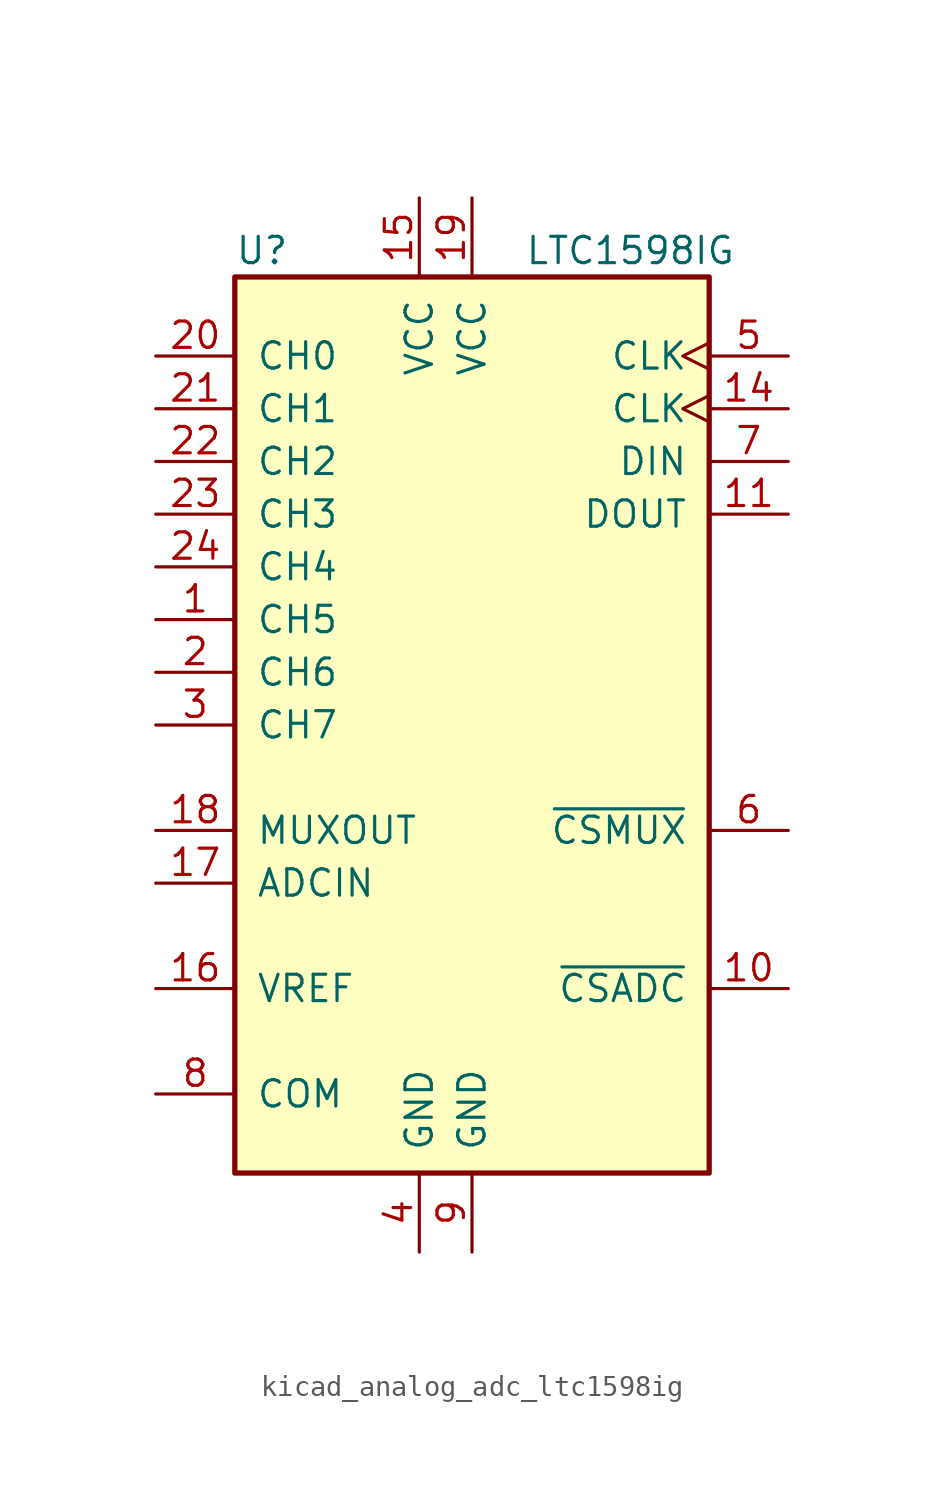
<source format=kicad_sym>
(kicad_symbol_lib
  (version 20220914)
  (generator kicad_symbol_editor)
  (symbol "kicad_analog_adc_ltc1598ig"
    (pin_names
      (offset 1.016))
    (property "Reference" "U"
      (at -11.43 22.86 0)
      (effects (font (size 1.27 1.27)) (justify left)))
    (property "Value" "LTC1598IG"
      (at 2.54 22.86 0)
      (effects (font (size 1.27 1.27)) (justify left)))
    (symbol "kicad_analog_adc_ltc1598ig_0_1"
      (rectangle (start -11.43 21.59) (end 11.43 -21.59) (stroke (width 0.254) (type default)) (fill (type background))))
    (symbol "kicad_analog_adc_ltc1598ig_1_1"
      (pin input line (at -15.24 5.08 0) (length 3.81) (name "CH5" (effects (font (size 1.27 1.27)))) (number "1" (effects (font (size 1.27 1.27)))))
      (pin input line (at 15.24 -12.7 180) (length 3.81) (name "~{CSADC}" (effects (font (size 1.27 1.27)))) (number "10" (effects (font (size 1.27 1.27)))))
      (pin output line (at 15.24 10.16 180) (length 3.81) (name "DOUT" (effects (font (size 1.27 1.27)))) (number "11" (effects (font (size 1.27 1.27)))))
      (pin no_connect line (at 2.54 -21.59 90) (length 3.81) hide (name "NC" (effects (font (size 1.27 1.27)))) (number "12" (effects (font (size 1.27 1.27)))))
      (pin no_connect line (at 5.08 -21.59 90) (length 3.81) hide (name "NC" (effects (font (size 1.27 1.27)))) (number "13" (effects (font (size 1.27 1.27)))))
      (pin input clock (at 15.24 15.24 180) (length 3.81) (name "CLK" (effects (font (size 1.27 1.27)))) (number "14" (effects (font (size 1.27 1.27)))))
      (pin power_in line (at -2.54 25.4 270) (length 3.81) (name "VCC" (effects (font (size 1.27 1.27)))) (number "15" (effects (font (size 1.27 1.27)))))
      (pin input line (at -15.24 -12.7 0) (length 3.81) (name "VREF" (effects (font (size 1.27 1.27)))) (number "16" (effects (font (size 1.27 1.27)))))
      (pin input line (at -15.24 -7.62 0) (length 3.81) (name "ADCIN" (effects (font (size 1.27 1.27)))) (number "17" (effects (font (size 1.27 1.27)))))
      (pin output line (at -15.24 -5.08 0) (length 3.81) (name "MUXOUT" (effects (font (size 1.27 1.27)))) (number "18" (effects (font (size 1.27 1.27)))))
      (pin power_in line (at 0 25.4 270) (length 3.81) (name "VCC" (effects (font (size 1.27 1.27)))) (number "19" (effects (font (size 1.27 1.27)))))
      (pin input line (at -15.24 2.54 0) (length 3.81) (name "CH6" (effects (font (size 1.27 1.27)))) (number "2" (effects (font (size 1.27 1.27)))))
      (pin input line (at -15.24 17.78 0) (length 3.81) (name "CH0" (effects (font (size 1.27 1.27)))) (number "20" (effects (font (size 1.27 1.27)))))
      (pin input line (at -15.24 15.24 0) (length 3.81) (name "CH1" (effects (font (size 1.27 1.27)))) (number "21" (effects (font (size 1.27 1.27)))))
      (pin input line (at -15.24 12.7 0) (length 3.81) (name "CH2" (effects (font (size 1.27 1.27)))) (number "22" (effects (font (size 1.27 1.27)))))
      (pin input line (at -15.24 10.16 0) (length 3.81) (name "CH3" (effects (font (size 1.27 1.27)))) (number "23" (effects (font (size 1.27 1.27)))))
      (pin input line (at -15.24 7.62 0) (length 3.81) (name "CH4" (effects (font (size 1.27 1.27)))) (number "24" (effects (font (size 1.27 1.27)))))
      (pin input line (at -15.24 0 0) (length 3.81) (name "CH7" (effects (font (size 1.27 1.27)))) (number "3" (effects (font (size 1.27 1.27)))))
      (pin power_in line (at -2.54 -25.4 90) (length 3.81) (name "GND" (effects (font (size 1.27 1.27)))) (number "4" (effects (font (size 1.27 1.27)))))
      (pin input clock (at 15.24 17.78 180) (length 3.81) (name "CLK" (effects (font (size 1.27 1.27)))) (number "5" (effects (font (size 1.27 1.27)))))
      (pin input line (at 15.24 -5.08 180) (length 3.81) (name "~{CSMUX}" (effects (font (size 1.27 1.27)))) (number "6" (effects (font (size 1.27 1.27)))))
      (pin input line (at 15.24 12.7 180) (length 3.81) (name "DIN" (effects (font (size 1.27 1.27)))) (number "7" (effects (font (size 1.27 1.27)))))
      (pin input line (at -15.24 -17.78 0) (length 3.81) (name "COM" (effects (font (size 1.27 1.27)))) (number "8" (effects (font (size 1.27 1.27)))))
      (pin power_in line (at 0 -25.4 90) (length 3.81) (name "GND" (effects (font (size 1.27 1.27)))) (number "9" (effects (font (size 1.27 1.27))))))))
</source>
